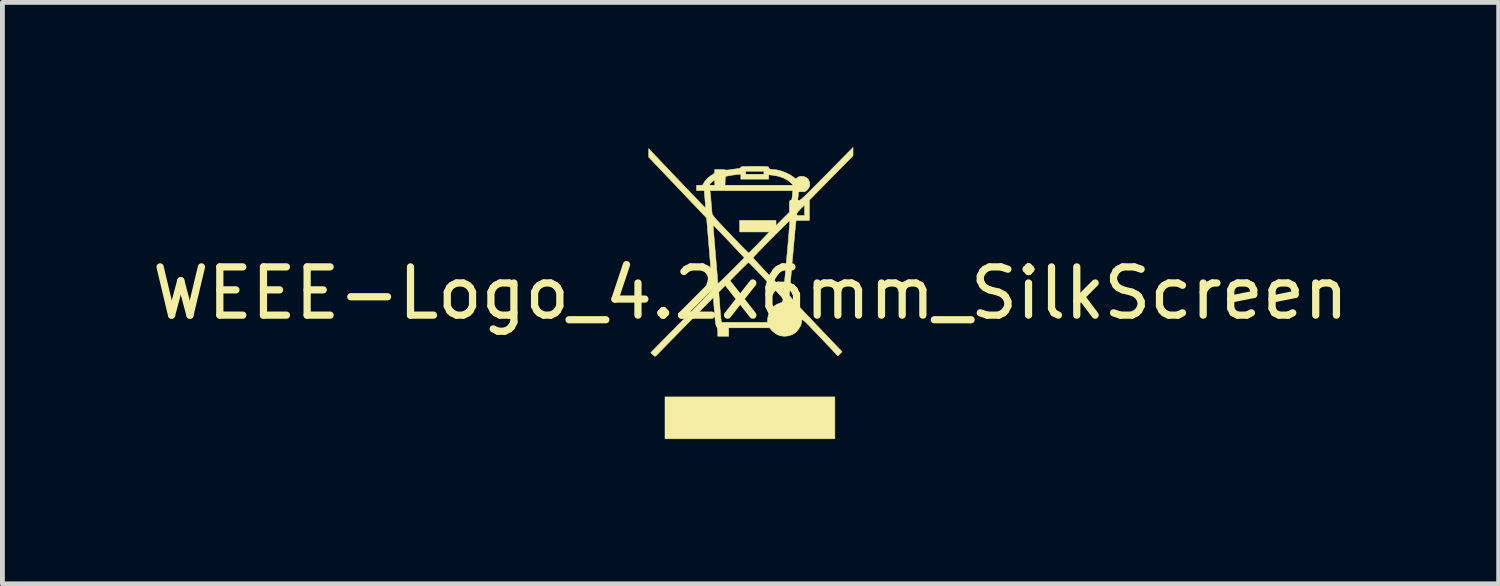
<source format=kicad_pcb>
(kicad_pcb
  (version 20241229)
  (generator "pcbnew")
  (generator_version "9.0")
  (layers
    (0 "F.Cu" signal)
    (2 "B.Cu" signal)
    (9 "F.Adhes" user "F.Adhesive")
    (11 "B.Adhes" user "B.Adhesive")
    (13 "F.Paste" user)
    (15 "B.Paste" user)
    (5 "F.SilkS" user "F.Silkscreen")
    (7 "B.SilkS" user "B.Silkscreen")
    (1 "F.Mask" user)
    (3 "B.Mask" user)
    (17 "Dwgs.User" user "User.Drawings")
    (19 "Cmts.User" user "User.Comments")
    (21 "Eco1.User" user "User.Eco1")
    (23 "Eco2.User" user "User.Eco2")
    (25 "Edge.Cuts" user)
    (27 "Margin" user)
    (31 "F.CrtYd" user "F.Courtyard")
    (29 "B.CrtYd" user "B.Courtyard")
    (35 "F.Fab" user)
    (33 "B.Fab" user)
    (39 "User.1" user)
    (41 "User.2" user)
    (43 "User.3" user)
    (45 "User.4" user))
  (footprint "WEEE-Logo_4.2x6mm_SilkScreen"
    (layer "F.Cu")
    (at 12.506 3.027)
    (property "Reference" "WEEE-Logo_4.2x6mm_SilkScreen" (at 0 0 0) (layer "F.SilkS") (effects (font (size 1 1) (thickness 0.15))))
    (attr exclude_from_pos_files exclude_from_bom)
    (fp_poly (pts (xy 1.748 3.018) (xy -1.773 3.018) (xy -1.773 2.15) (xy 1.748 2.15) (xy 1.748 3.018)) (stroke (width 0.01) (type solid)) (fill yes) (layer "F.SilkS"))
    (fp_poly (pts (xy 2.124 -2.935) (xy 2.124 -2.848) (xy 1.672 -2.389) (xy 1.22 -1.93) (xy 1.22 -1.72) (xy 1.22 -1.509) (xy 0.945 -1.509) (xy 0.938 -1.455) (xy 0.935 -1.431) (xy 0.93 -1.385) (xy 0.924 -1.321) (xy 0.917 -1.24) (xy 0.908 -1.146) (xy 0.899 -1.041) (xy 0.889 -0.929) (xy 0.878 -0.811) (xy 0.867 -0.692) (xy 0.857 -0.572) (xy 0.847 -0.456) (xy 0.837 -0.345) (xy 0.828 -0.243) (xy 0.821 -0.153) (xy 0.814 -0.076) (xy 0.809 -0.017) (xy 0.806 0.024) (xy 0.805 0.042) (xy 0.805 0.042) (xy 0.813 0.056) (xy 0.836 0.086) (xy 0.875 0.131) (xy 0.93 0.193) (xy 1.001 0.27) (xy 1.089 0.365) (xy 1.194 0.476) (xy 1.317 0.605) (xy 1.351 0.641) (xy 1.897 1.213) (xy 1.809 1.301) (xy 1.737 1.224) (xy 1.711 1.196) (xy 1.671 1.152) (xy 1.618 1.096) (xy 1.556 1.031) (xy 1.487 0.958) (xy 1.414 0.882) (xy 1.371 0.837) (xy 1.289 0.751) (xy 1.224 0.683) (xy 1.172 0.63) (xy 1.132 0.592) (xy 1.103 0.567) (xy 1.083 0.554) (xy 1.07 0.552) (xy 1.062 0.56) (xy 1.059 0.575) (xy 1.057 0.598) (xy 1.057 0.604) (xy 1.048 0.647) (xy 1.024 0.699) (xy 0.992 0.751) (xy 0.955 0.796) (xy 0.94 0.81) (xy 0.865 0.859) (xy 0.776 0.886) (xy 0.698 0.893) (xy 0.609 0.881) (xy 0.528 0.845) (xy 0.455 0.787) (xy 0.442 0.772) (xy 0.393 0.717) (xy -0.453 0.717) (xy -0.453 0.893) (xy -0.679 0.893) (xy -0.679 0.811) (xy -0.682 0.754) (xy -0.691 0.715) (xy -0.703 0.694) (xy -0.711 0.679) (xy -0.718 0.657) (xy -0.725 0.625) (xy -0.731 0.58) (xy -0.737 0.518) (xy -0.744 0.436) (xy -0.749 0.375) (xy -0.771 0.089) (xy -1.314 0.639) (xy -1.412 0.738) (xy -1.506 0.834) (xy -1.594 0.924) (xy -1.675 1.006) (xy -1.747 1.08) (xy -1.809 1.143) (xy -1.857 1.193) (xy -1.892 1.228) (xy -1.91 1.248) (xy -1.941 1.279) (xy -1.966 1.301) (xy -1.98 1.308) (xy -1.997 1.299) (xy -2.022 1.278) (xy -2.031 1.27) (xy -2.068 1.232) (xy -1.867 1.028) (xy -1.816 0.976) (xy -1.75 0.909) (xy -1.672 0.83) (xy -1.585 0.742) (xy -1.492 0.648) (xy -1.395 0.551) (xy -1.298 0.453) (xy -1.229 0.383) (xy -1.124 0.277) (xy -1.035 0.186) (xy -0.962 0.111) (xy -0.904 0.05) (xy -0.859 0.001) (xy -0.837 -0.024) (xy -0.659 -0.024) (xy -0.636 0.262) (xy -0.63 0.345) (xy -0.623 0.422) (xy -0.617 0.487) (xy -0.612 0.537) (xy -0.609 0.568) (xy -0.607 0.575) (xy -0.601 0.604) (xy 0.349 0.604) (xy 0.355 0.525) (xy 0.374 0.431) (xy 0.414 0.349) (xy 0.473 0.28) (xy 0.547 0.228) (xy 0.63 0.197) (xy 0.657 0.182) (xy 0.671 0.151) (xy 0.671 0.149) (xy 0.673 0.136) (xy 0.671 0.123) (xy 0.663 0.106) (xy 0.648 0.084) (xy 0.623 0.055) (xy 0.587 0.015) (xy 0.538 -0.038) (xy 0.473 -0.107) (xy 0.468 -0.111) (xy 0.399 -0.184) (xy 0.324 -0.263) (xy 0.251 -0.34) (xy 0.183 -0.412) (xy 0.126 -0.472) (xy 0.113 -0.485) (xy 0.065 -0.536) (xy 0.021 -0.58) (xy -0.013 -0.613) (xy -0.036 -0.633) (xy -0.044 -0.637) (xy -0.056 -0.628) (xy -0.083 -0.603) (xy -0.123 -0.564) (xy -0.175 -0.513) (xy -0.235 -0.453) (xy -0.303 -0.385) (xy -0.358 -0.329) (xy -0.659 -0.024) (xy -0.837 -0.024) (xy -0.827 -0.036) (xy -0.805 -0.062) (xy -0.794 -0.08) (xy -0.792 -0.088) (xy -0.793 -0.106) (xy -0.796 -0.147) (xy -0.8 -0.208) (xy -0.806 -0.287) (xy -0.814 -0.382) (xy -0.823 -0.49) (xy -0.832 -0.609) (xy -0.843 -0.737) (xy -0.851 -0.839) (xy -0.899 -1.415) (xy -0.776 -1.415) (xy -0.775 -1.403) (xy -0.773 -1.368) (xy -0.768 -1.313) (xy -0.763 -1.24) (xy -0.755 -1.152) (xy -0.747 -1.052) (xy -0.738 -0.941) (xy -0.729 -0.836) (xy -0.719 -0.717) (xy -0.709 -0.604) (xy -0.701 -0.501) (xy -0.693 -0.41) (xy -0.687 -0.333) (xy -0.683 -0.274) (xy -0.68 -0.235) (xy -0.679 -0.22) (xy -0.678 -0.211) (xy -0.673 -0.207) (xy -0.663 -0.211) (xy -0.646 -0.223) (xy -0.62 -0.245) (xy -0.583 -0.28) (xy -0.534 -0.328) (xy -0.471 -0.391) (xy -0.403 -0.458) (xy -0.128 -0.734) (xy -0.13 -0.736) (xy 0.053 -0.736) (xy 0.061 -0.724) (xy 0.084 -0.697) (xy 0.12 -0.658) (xy 0.166 -0.607) (xy 0.22 -0.549) (xy 0.28 -0.485) (xy 0.343 -0.419) (xy 0.407 -0.351) (xy 0.47 -0.285) (xy 0.529 -0.224) (xy 0.582 -0.169) (xy 0.626 -0.124) (xy 0.66 -0.09) (xy 0.681 -0.07) (xy 0.686 -0.066) (xy 0.688 -0.079) (xy 0.692 -0.115) (xy 0.698 -0.171) (xy 0.705 -0.246) (xy 0.714 -0.337) (xy 0.724 -0.441) (xy 0.734 -0.557) (xy 0.746 -0.683) (xy 0.755 -0.784) (xy 0.767 -0.916) (xy 0.778 -1.039) (xy 0.787 -1.153) (xy 0.796 -1.255) (xy 0.803 -1.343) (xy 0.808 -1.413) (xy 0.812 -1.465) (xy 0.814 -1.496) (xy 0.814 -1.504) (xy 0.804 -1.497) (xy 0.778 -1.474) (xy 0.74 -1.438) (xy 0.691 -1.39) (xy 0.633 -1.332) (xy 0.569 -1.268) (xy 0.5 -1.2) (xy 0.429 -1.128) (xy 0.359 -1.057) (xy 0.29 -0.987) (xy 0.227 -0.922) (xy 0.17 -0.863) (xy 0.122 -0.812) (xy 0.085 -0.773) (xy 0.061 -0.747) (xy 0.053 -0.736) (xy -0.13 -0.736) (xy -0.23 -0.844) (xy -0.283 -0.9) (xy -0.342 -0.962) (xy -0.404 -1.029) (xy -0.469 -1.097) (xy -0.533 -1.164) (xy -0.594 -1.228) (xy -0.65 -1.287) (xy -0.699 -1.337) (xy -0.737 -1.377) (xy -0.764 -1.404) (xy -0.775 -1.415) (xy -0.776 -1.415) (xy -0.899 -1.415) (xy -0.911 -1.559) (xy -1.512 -2.191) (xy -2.112 -2.822) (xy -2.112 -2.911) (xy -2.112 -2.999) (xy -2.015 -2.895) (xy -1.96 -2.838) (xy -1.896 -2.77) (xy -1.824 -2.693) (xy -1.745 -2.611) (xy -1.662 -2.523) (xy -1.576 -2.433) (xy -1.489 -2.342) (xy -1.403 -2.251) (xy -1.318 -2.163) (xy -1.238 -2.079) (xy -1.163 -2.002) (xy -1.096 -1.932) (xy -1.039 -1.872) (xy -0.992 -1.824) (xy -0.957 -1.789) (xy -0.938 -1.77) (xy -0.933 -1.766) (xy -0.933 -1.779) (xy -0.935 -1.813) (xy -0.938 -1.862) (xy -0.943 -1.923) (xy -0.945 -1.947) (xy -0.96 -2.125) (xy -0.843 -2.125) (xy -0.837 -2.097) (xy -0.834 -2.074) (xy -0.83 -2.032) (xy -0.824 -1.976) (xy -0.819 -1.91) (xy -0.817 -1.886) (xy -0.812 -1.817) (xy -0.806 -1.752) (xy -0.801 -1.698) (xy -0.798 -1.662) (xy -0.797 -1.655) (xy -0.793 -1.642) (xy -0.786 -1.626) (xy -0.773 -1.606) (xy -0.754 -1.58) (xy -0.726 -1.547) (xy -0.688 -1.504) (xy -0.638 -1.45) (xy -0.575 -1.383) (xy -0.497 -1.301) (xy -0.418 -1.218) (xy -0.34 -1.136) (xy -0.266 -1.06) (xy -0.2 -0.992) (xy -0.142 -0.933) (xy -0.095 -0.887) (xy -0.061 -0.853) (xy -0.041 -0.835) (xy -0.037 -0.833) (xy -0.026 -0.842) (xy 0.000029 -0.868) (xy 0.038 -0.906) (xy 0.087 -0.955) (xy 0.142 -1.012) (xy 0.182 -1.053) (xy 0.392 -1.27) (xy -0.226 -1.27) (xy -0.226 -1.509) (xy 0.528 -1.509) (xy 0.528 -1.402) (xy 0.666 -1.54) (xy 0.765 -1.638) (xy 0.956 -1.638) (xy 0.957 -1.623) (xy 0.967 -1.614) (xy 0.989 -1.61) (xy 1.03 -1.61) (xy 1.037 -1.61) (xy 1.119 -1.61) (xy 1.119 -1.829) (xy 1.037 -1.748) (xy 0.991 -1.699) (xy 0.964 -1.661) (xy 0.956 -1.638) (xy 0.765 -1.638) (xy 0.805 -1.678) (xy 0.805 -1.801) (xy 0.805 -1.858) (xy 0.807 -1.893) (xy 0.811 -1.913) (xy 0.818 -1.922) (xy 0.829 -1.924) (xy 0.841 -1.927) (xy 0.85 -1.937) (xy 0.857 -1.96) (xy 0.863 -1.998) (xy 0.869 -2.057) (xy 0.871 -2.078) (xy 0.875 -2.125) (xy -0.843 -2.125) (xy -0.96 -2.125) (xy -1.119 -2.125) (xy -1.119 -2.238) (xy -1.051 -2.238) (xy -1.012 -2.239) (xy -0.99 -2.245) (xy -0.987 -2.248) (xy -0.849 -2.248) (xy -0.841 -2.241) (xy -0.816 -2.238) (xy -0.799 -2.238) (xy -0.742 -2.238) (xy -0.529 -2.238) (xy 0.885 -2.238) (xy 0.837 -2.287) (xy 0.763 -2.348) (xy 0.671 -2.394) (xy 0.56 -2.428) (xy 0.45 -2.446) (xy 0.377 -2.455) (xy 0.377 -2.364) (xy -0.201 -2.364) (xy -0.201 -2.467) (xy -0.286 -2.459) (xy -0.345 -2.451) (xy -0.409 -2.442) (xy -0.446 -2.435) (xy -0.522 -2.42) (xy -0.526 -2.329) (xy -0.529 -2.238) (xy -0.742 -2.238) (xy -0.742 -2.289) (xy -0.744 -2.32) (xy -0.748 -2.338) (xy -0.749 -2.339) (xy -0.768 -2.331) (xy -0.795 -2.311) (xy -0.822 -2.287) (xy -0.841 -2.265) (xy -0.843 -2.262) (xy -0.849 -2.248) (xy -0.987 -2.248) (xy -0.98 -2.257) (xy -0.975 -2.27) (xy -0.958 -2.305) (xy -0.925 -2.347) (xy -0.882 -2.391) (xy -0.834 -2.429) (xy -0.803 -2.449) (xy -0.767 -2.471) (xy -0.749 -2.49) (xy -0.742 -2.511) (xy -0.742 -2.524) (xy -0.742 -2.527) (xy -0.101 -2.527) (xy -0.101 -2.465) (xy 0.277 -2.465) (xy 0.277 -2.527) (xy -0.101 -2.527) (xy -0.742 -2.527) (xy -0.742 -2.565) (xy -0.636 -2.565) (xy -0.587 -2.564) (xy -0.549 -2.561) (xy -0.528 -2.556) (xy -0.526 -2.555) (xy -0.513 -2.552) (xy -0.48 -2.553) (xy -0.434 -2.558) (xy -0.402 -2.562) (xy -0.345 -2.571) (xy -0.293 -2.578) (xy -0.254 -2.584) (xy -0.242 -2.586) (xy -0.212 -2.595) (xy -0.201 -2.61) (xy -0.198 -2.616) (xy -0.186 -2.62) (xy -0.163 -2.624) (xy -0.126 -2.626) (xy -0.072 -2.627) (xy 0.001 -2.628) (xy 0.088 -2.628) (xy 0.181 -2.628) (xy 0.251 -2.627) (xy 0.302 -2.626) (xy 0.337 -2.624) (xy 0.359 -2.621) (xy 0.371 -2.617) (xy 0.376 -2.611) (xy 0.377 -2.604) (xy 0.385 -2.582) (xy 0.41 -2.57) (xy 0.456 -2.565) (xy 0.464 -2.565) (xy 0.542 -2.557) (xy 0.63 -2.535) (xy 0.721 -2.502) (xy 0.807 -2.461) (xy 0.879 -2.414) (xy 0.888 -2.407) (xy 0.919 -2.383) (xy 0.937 -2.373) (xy 0.949 -2.377) (xy 0.962 -2.389) (xy 1 -2.414) (xy 1.05 -2.424) (xy 1.104 -2.419) (xy 1.153 -2.4) (xy 1.191 -2.368) (xy 1.194 -2.365) (xy 1.223 -2.305) (xy 1.228 -2.244) (xy 1.211 -2.186) (xy 1.171 -2.135) (xy 1.166 -2.131) (xy 1.138 -2.111) (xy 1.11 -2.102) (xy 1.07 -2.101) (xy 1.06 -2.102) (xy 1.021 -2.103) (xy 1.001 -2.1) (xy 0.994 -2.09) (xy 0.993 -2.081) (xy 0.992 -2.054) (xy 0.988 -2.014) (xy 0.985 -1.99) (xy 0.981 -1.952) (xy 0.983 -1.932) (xy 0.992 -1.925) (xy 1.009 -1.924) (xy 1.019 -1.927) (xy 1.036 -1.938) (xy 1.059 -1.956) (xy 1.091 -1.985) (xy 1.133 -2.024) (xy 1.186 -2.075) (xy 1.251 -2.139) (xy 1.329 -2.217) (xy 1.422 -2.31) (xy 1.531 -2.42) (xy 1.583 -2.473) (xy 2.125 -3.022) (xy 2.124 -2.935)) (stroke (width 0.01) (type solid)) (fill yes) (layer "F.SilkS")))
  (gr_rect
    (start -3 -3)
    (end 28.012 9.05)
    (stroke (width 0.1) (type default))
    (fill no)
    (layer "Edge.Cuts")))
</source>
